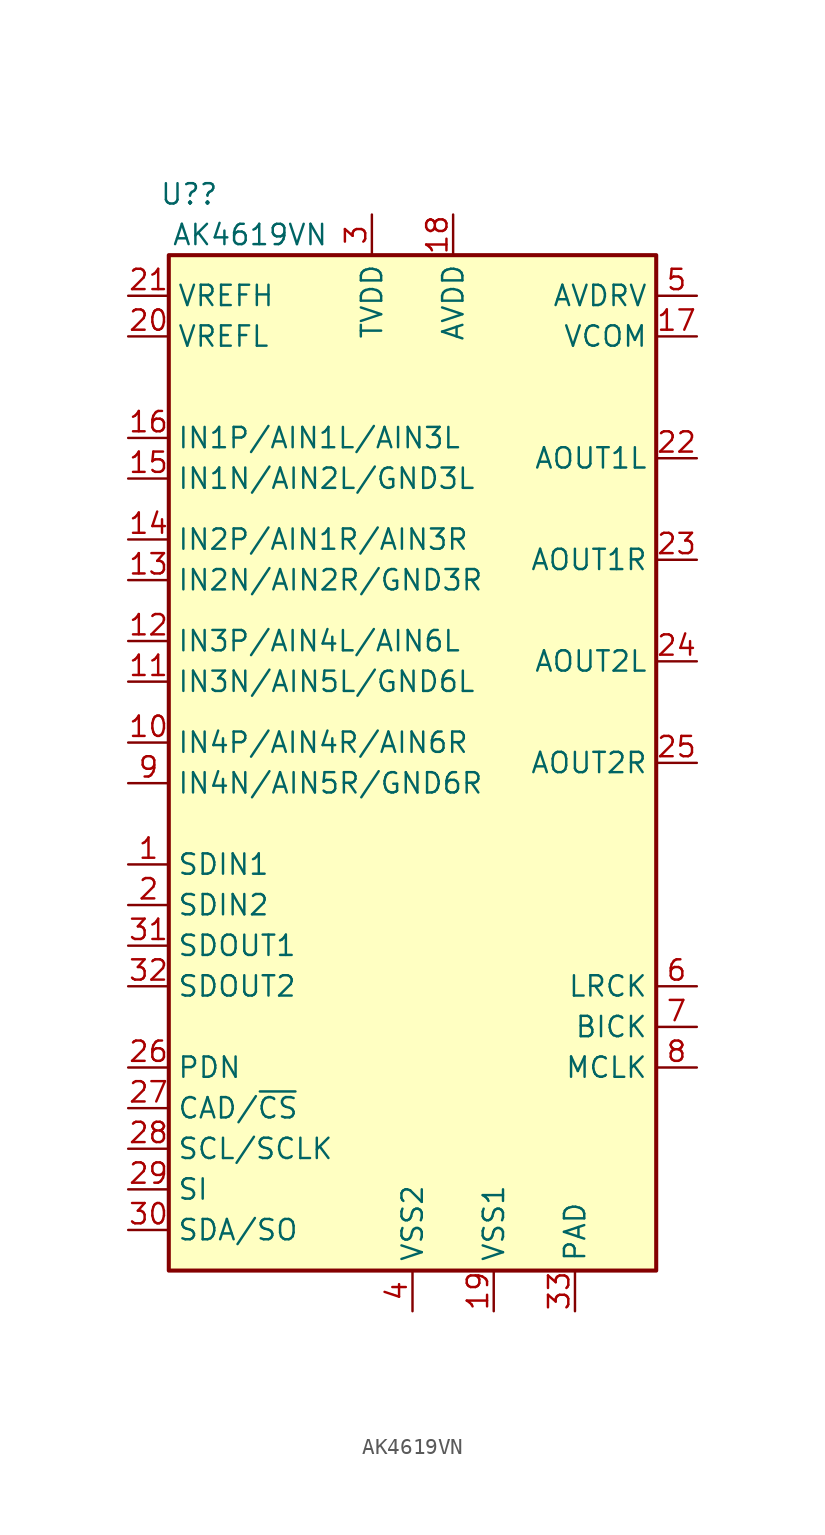
<source format=kicad_sym>
(kicad_symbol_lib
  (version 20211014)
  (generator kicad_symbol_editor)
  (symbol "AK4619VN"
    (property "Reference" "U?"
      (at -13.97 41.91 0)
      (effects (font (size 1.27 1.27))))
    (property "Value" "AK4619VN"
      (at -10.16 39.37 0)
      (effects (font (size 1.27 1.27))))
    (symbol "AK4619VN_0_1"
      (rectangle (start -15.24 38.1) (end 15.24 -25.4) (stroke (width 0.254) (type default) (color 0 0 0 0)) (fill (type background))))
    (symbol "AK4619VN_1_1"
      (pin input line (at -17.78 0 0) (length 2.54) (name "SDIN1" (effects (font (size 1.27 1.27)))) (number "1" (effects (font (size 1.27 1.27)))))
      (pin input line (at -17.78 7.62 0) (length 2.54) (name "IN4P/AIN4R/AIN6R" (effects (font (size 1.27 1.27)))) (number "10" (effects (font (size 1.27 1.27)))))
      (pin input line (at -17.78 11.43 0) (length 2.54) (name "IN3N/AIN5L/GND6L" (effects (font (size 1.27 1.27)))) (number "11" (effects (font (size 1.27 1.27)))))
      (pin input line (at -17.78 13.97 0) (length 2.54) (name "IN3P/AIN4L/AIN6L" (effects (font (size 1.27 1.27)))) (number "12" (effects (font (size 1.27 1.27)))))
      (pin input line (at -17.78 17.78 0) (length 2.54) (name "IN2N/AIN2R/GND3R" (effects (font (size 1.27 1.27)))) (number "13" (effects (font (size 1.27 1.27)))))
      (pin input line (at -17.78 20.32 0) (length 2.54) (name "IN2P/AIN1R/AIN3R" (effects (font (size 1.27 1.27)))) (number "14" (effects (font (size 1.27 1.27)))))
      (pin input line (at -17.78 24.13 0) (length 2.54) (name "IN1N/AIN2L/GND3L" (effects (font (size 1.27 1.27)))) (number "15" (effects (font (size 1.27 1.27)))))
      (pin input line (at -17.78 26.67 0) (length 2.54) (name "IN1P/AIN1L/AIN3L" (effects (font (size 1.27 1.27)))) (number "16" (effects (font (size 1.27 1.27)))))
      (pin power_out line (at 17.78 33.02 180) (length 2.54) (name "VCOM" (effects (font (size 1.27 1.27)))) (number "17" (effects (font (size 1.27 1.27)))))
      (pin power_in line (at 2.54 40.64 270) (length 2.54) (name "AVDD" (effects (font (size 1.27 1.27)))) (number "18" (effects (font (size 1.27 1.27)))))
      (pin power_in line (at 5.08 -27.94 90) (length 2.54) (name "VSS1" (effects (font (size 1.27 1.27)))) (number "19" (effects (font (size 1.27 1.27)))))
      (pin input line (at -17.78 -2.54 0) (length 2.54) (name "SDIN2" (effects (font (size 1.27 1.27)))) (number "2" (effects (font (size 1.27 1.27)))))
      (pin input line (at -17.78 33.02 0) (length 2.54) (name "VREFL" (effects (font (size 1.27 1.27)))) (number "20" (effects (font (size 1.27 1.27)))))
      (pin input line (at -17.78 35.56 0) (length 2.54) (name "VREFH" (effects (font (size 1.27 1.27)))) (number "21" (effects (font (size 1.27 1.27)))))
      (pin output line (at 17.78 25.4 180) (length 2.54) (name "AOUT1L" (effects (font (size 1.27 1.27)))) (number "22" (effects (font (size 1.27 1.27)))))
      (pin output line (at 17.78 19.05 180) (length 2.54) (name "AOUT1R" (effects (font (size 1.27 1.27)))) (number "23" (effects (font (size 1.27 1.27)))))
      (pin output line (at 17.78 12.7 180) (length 2.54) (name "AOUT2L" (effects (font (size 1.27 1.27)))) (number "24" (effects (font (size 1.27 1.27)))))
      (pin output line (at 17.78 6.35 180) (length 2.54) (name "AOUT2R" (effects (font (size 1.27 1.27)))) (number "25" (effects (font (size 1.27 1.27)))))
      (pin input line (at -17.78 -12.7 0) (length 2.54) (name "PDN" (effects (font (size 1.27 1.27)))) (number "26" (effects (font (size 1.27 1.27)))))
      (pin input line (at -17.78 -15.24 0) (length 2.54) (name "CAD/~{CS}" (effects (font (size 1.27 1.27)))) (number "27" (effects (font (size 1.27 1.27)))))
      (pin input line (at -17.78 -17.78 0) (length 2.54) (name "SCL/SCLK" (effects (font (size 1.27 1.27)))) (number "28" (effects (font (size 1.27 1.27)))))
      (pin input line (at -17.78 -20.32 0) (length 2.54) (name "SI" (effects (font (size 1.27 1.27)))) (number "29" (effects (font (size 1.27 1.27)))))
      (pin power_in line (at -2.54 40.64 270) (length 2.54) (name "TVDD" (effects (font (size 1.27 1.27)))) (number "3" (effects (font (size 1.27 1.27)))))
      (pin bidirectional line (at -17.78 -22.86 0) (length 2.54) (name "SDA/SO" (effects (font (size 1.27 1.27)))) (number "30" (effects (font (size 1.27 1.27)))))
      (pin output line (at -17.78 -5.08 0) (length 2.54) (name "SDOUT1" (effects (font (size 1.27 1.27)))) (number "31" (effects (font (size 1.27 1.27)))))
      (pin output line (at -17.78 -7.62 0) (length 2.54) (name "SDOUT2" (effects (font (size 1.27 1.27)))) (number "32" (effects (font (size 1.27 1.27)))))
      (pin passive line (at 10.16 -27.94 90) (length 2.54) (name "PAD" (effects (font (size 1.27 1.27)))) (number "33" (effects (font (size 1.27 1.27)))))
      (pin power_in line (at 0 -27.94 90) (length 2.54) (name "VSS2" (effects (font (size 1.27 1.27)))) (number "4" (effects (font (size 1.27 1.27)))))
      (pin power_out line (at 17.78 35.56 180) (length 2.54) (name "AVDRV" (effects (font (size 1.27 1.27)))) (number "5" (effects (font (size 1.27 1.27)))))
      (pin input line (at 17.78 -7.62 180) (length 2.54) (name "LRCK" (effects (font (size 1.27 1.27)))) (number "6" (effects (font (size 1.27 1.27)))))
      (pin input line (at 17.78 -10.16 180) (length 2.54) (name "BICK" (effects (font (size 1.27 1.27)))) (number "7" (effects (font (size 1.27 1.27)))))
      (pin input line (at 17.78 -12.7 180) (length 2.54) (name "MCLK" (effects (font (size 1.27 1.27)))) (number "8" (effects (font (size 1.27 1.27)))))
      (pin input line (at -17.78 5.08 0) (length 2.54) (name "IN4N/AIN5R/GND6R" (effects (font (size 1.27 1.27)))) (number "9" (effects (font (size 1.27 1.27))))))))
</source>
